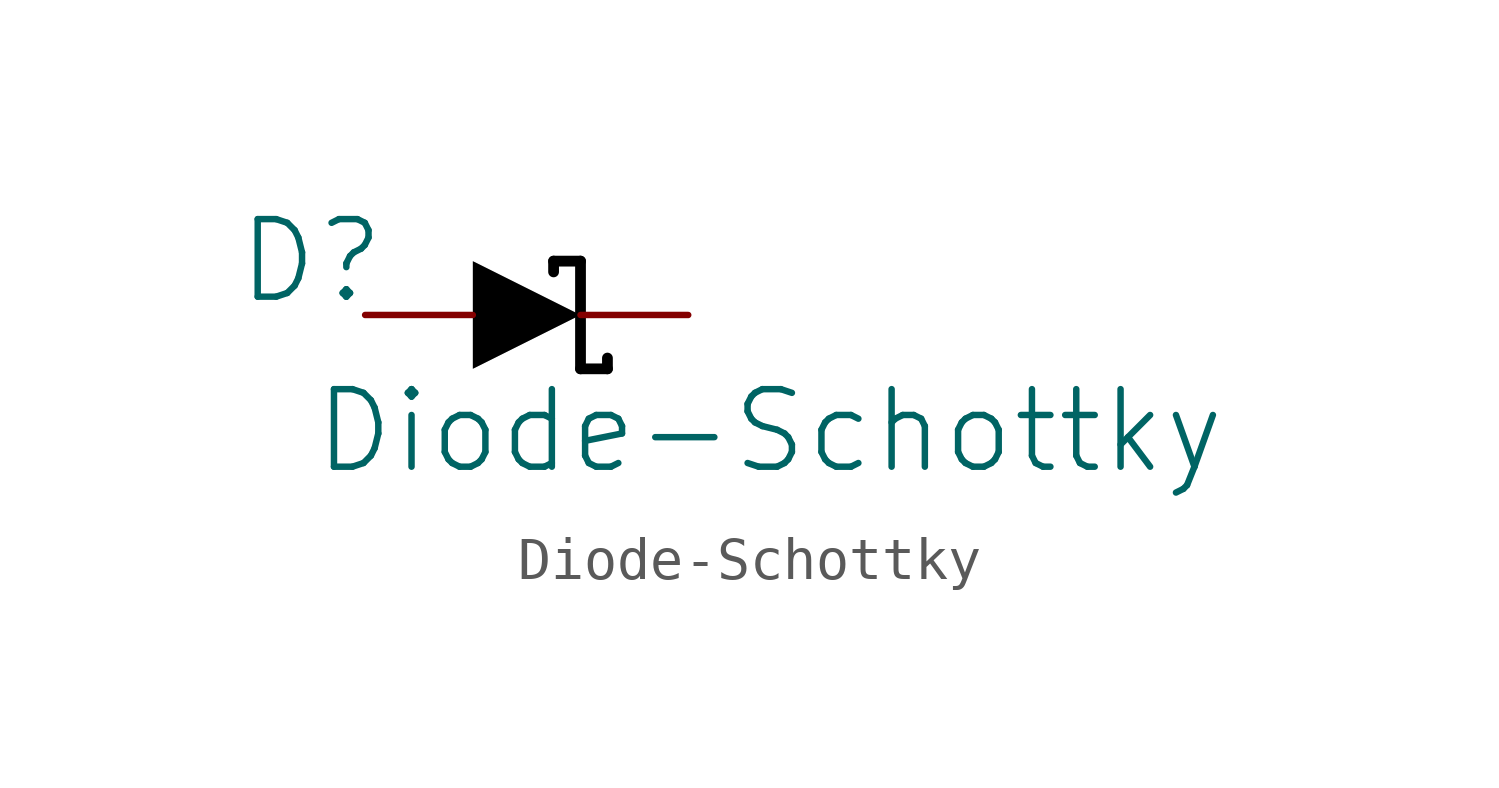
<source format=kicad_sym>
(kicad_symbol_lib
  (version 20231120)
  (generator "kicad_symbol_editor")
  (generator_version "8.0")
  (symbol "Diode-Schottky"
    (property "Reference" "D"
      (at -1.27 1.27 0)
      (effects (font (size 1.829 1.829))))
    (property "Value" "Diode-Schottky"
      (at -1.27 -3.81 0)
      (effects (font (size 1.829 1.829)) (justify left bottom)))
    (symbol "Diode-Schottky_1_0"
      (polyline (pts (xy 4.445 1.27) (xy 4.445 1.016)) (stroke (width 0.254) (type solid) (color 0 0 0 1)) (fill (type none)))
      (polyline (pts (xy 5.08 -1.27) (xy 5.715 -1.27)) (stroke (width 0.254) (type solid) (color 0 0 0 1)) (fill (type none)))
      (polyline (pts (xy 5.08 1.27) (xy 4.445 1.27)) (stroke (width 0.254) (type solid) (color 0 0 0 1)) (fill (type none)))
      (polyline (pts (xy 5.08 1.27) (xy 5.08 -1.27)) (stroke (width 0.254) (type solid) (color 0 0 0 1)) (fill (type none)))
      (polyline (pts (xy 5.715 -1.27) (xy 5.715 -1.016)) (stroke (width 0.254) (type solid) (color 0 0 0 1)) (fill (type none)))
      (polyline (pts (xy 2.54 1.27) (xy 5.08 0) (xy 2.54 -1.27) (xy 2.54 1.27)) (stroke (width -0.0001) (type solid) (color 0 0 0 1)) (fill (type outline)))
      (pin passive line (at 0 0 0) (length 2.54) (name "Anode" (effects (font (size 0 0)))) (number "A" (effects (font (size 0 0)))))
      (pin passive line (at 7.62 0 180) (length 2.54) (name "Cathode" (effects (font (size 0 0)))) (number "K" (effects (font (size 0 0))))))))
</source>
